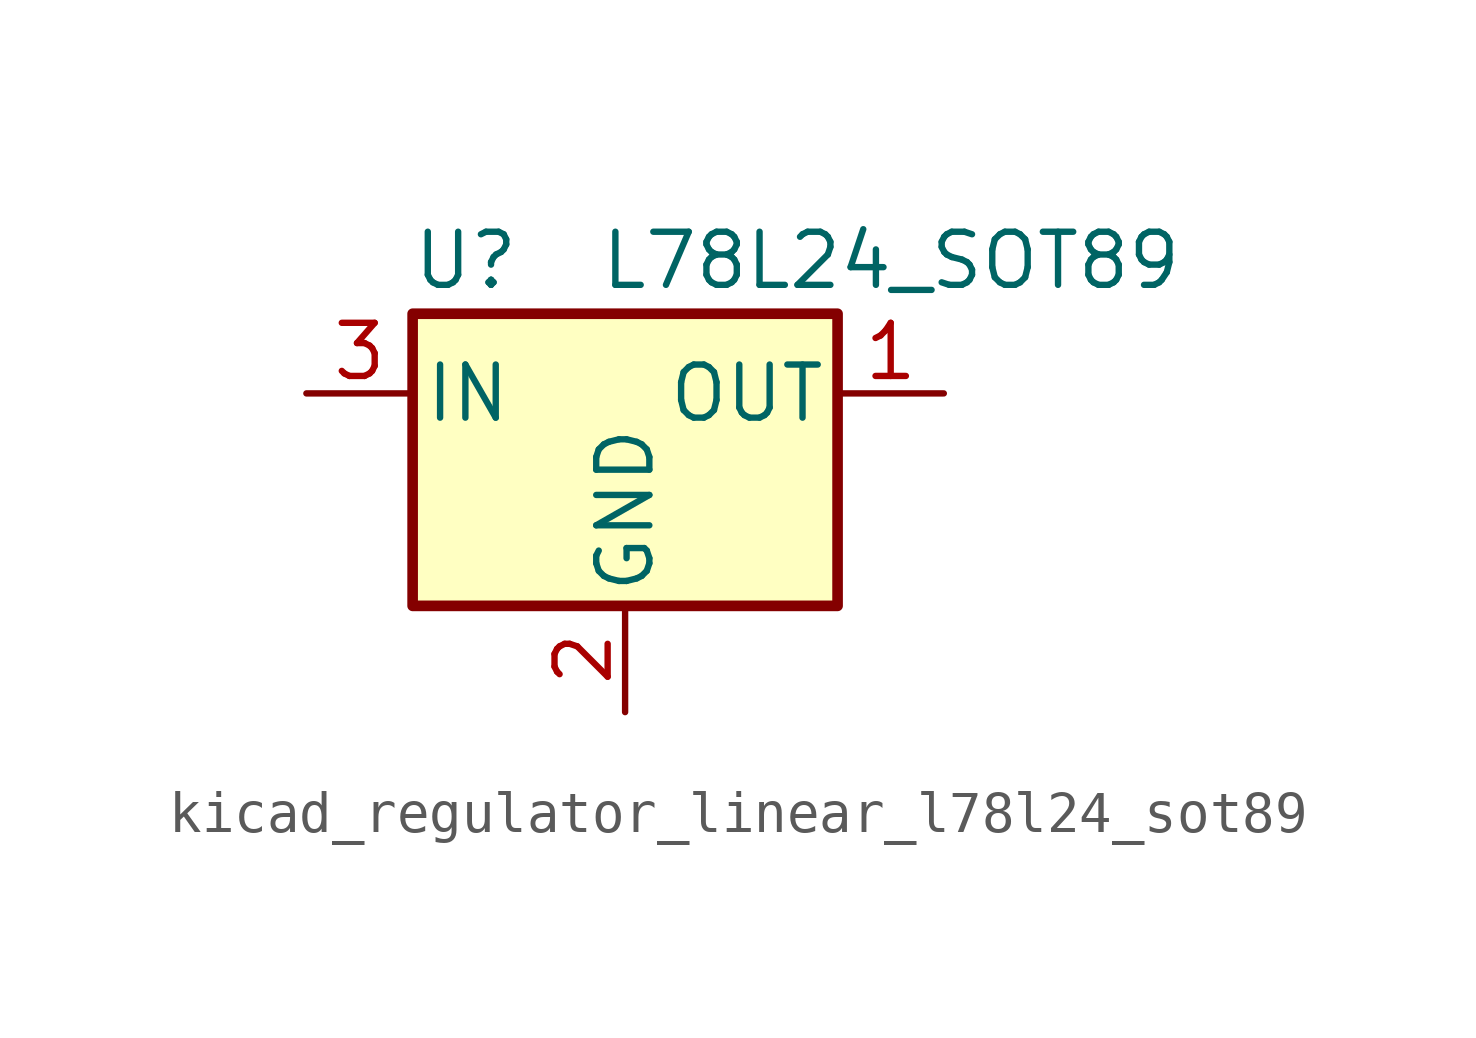
<source format=kicad_sym>
(kicad_symbol_lib
  (version 20220914)
  (generator kicad_symbol_editor)
  (symbol "kicad_regulator_linear_l78l24_sot89"
    (pin_names
      (offset 0.254))
    (property "Reference" "U"
      (at -3.81 3.175 0)
      (effects (font (size 1.27 1.27))))
    (property "Value" "L78L24_SOT89"
      (at -0.635 3.175 0)
      (effects (font (size 1.27 1.27)) (justify left)))
    (symbol "kicad_regulator_linear_l78l24_sot89_0_1"
      (rectangle (start -5.08 1.905) (end 5.08 -5.08) (stroke (width 0.254) (type default)) (fill (type background))))
    (symbol "kicad_regulator_linear_l78l24_sot89_1_1"
      (pin power_out line (at 7.62 0 180) (length 2.54) (name "OUT" (effects (font (size 1.27 1.27)))) (number "1" (effects (font (size 1.27 1.27)))))
      (pin power_in line (at 0 -7.62 90) (length 2.54) (name "GND" (effects (font (size 1.27 1.27)))) (number "2" (effects (font (size 1.27 1.27)))))
      (pin power_in line (at -7.62 0 0) (length 2.54) (name "IN" (effects (font (size 1.27 1.27)))) (number "3" (effects (font (size 1.27 1.27))))))))
</source>
